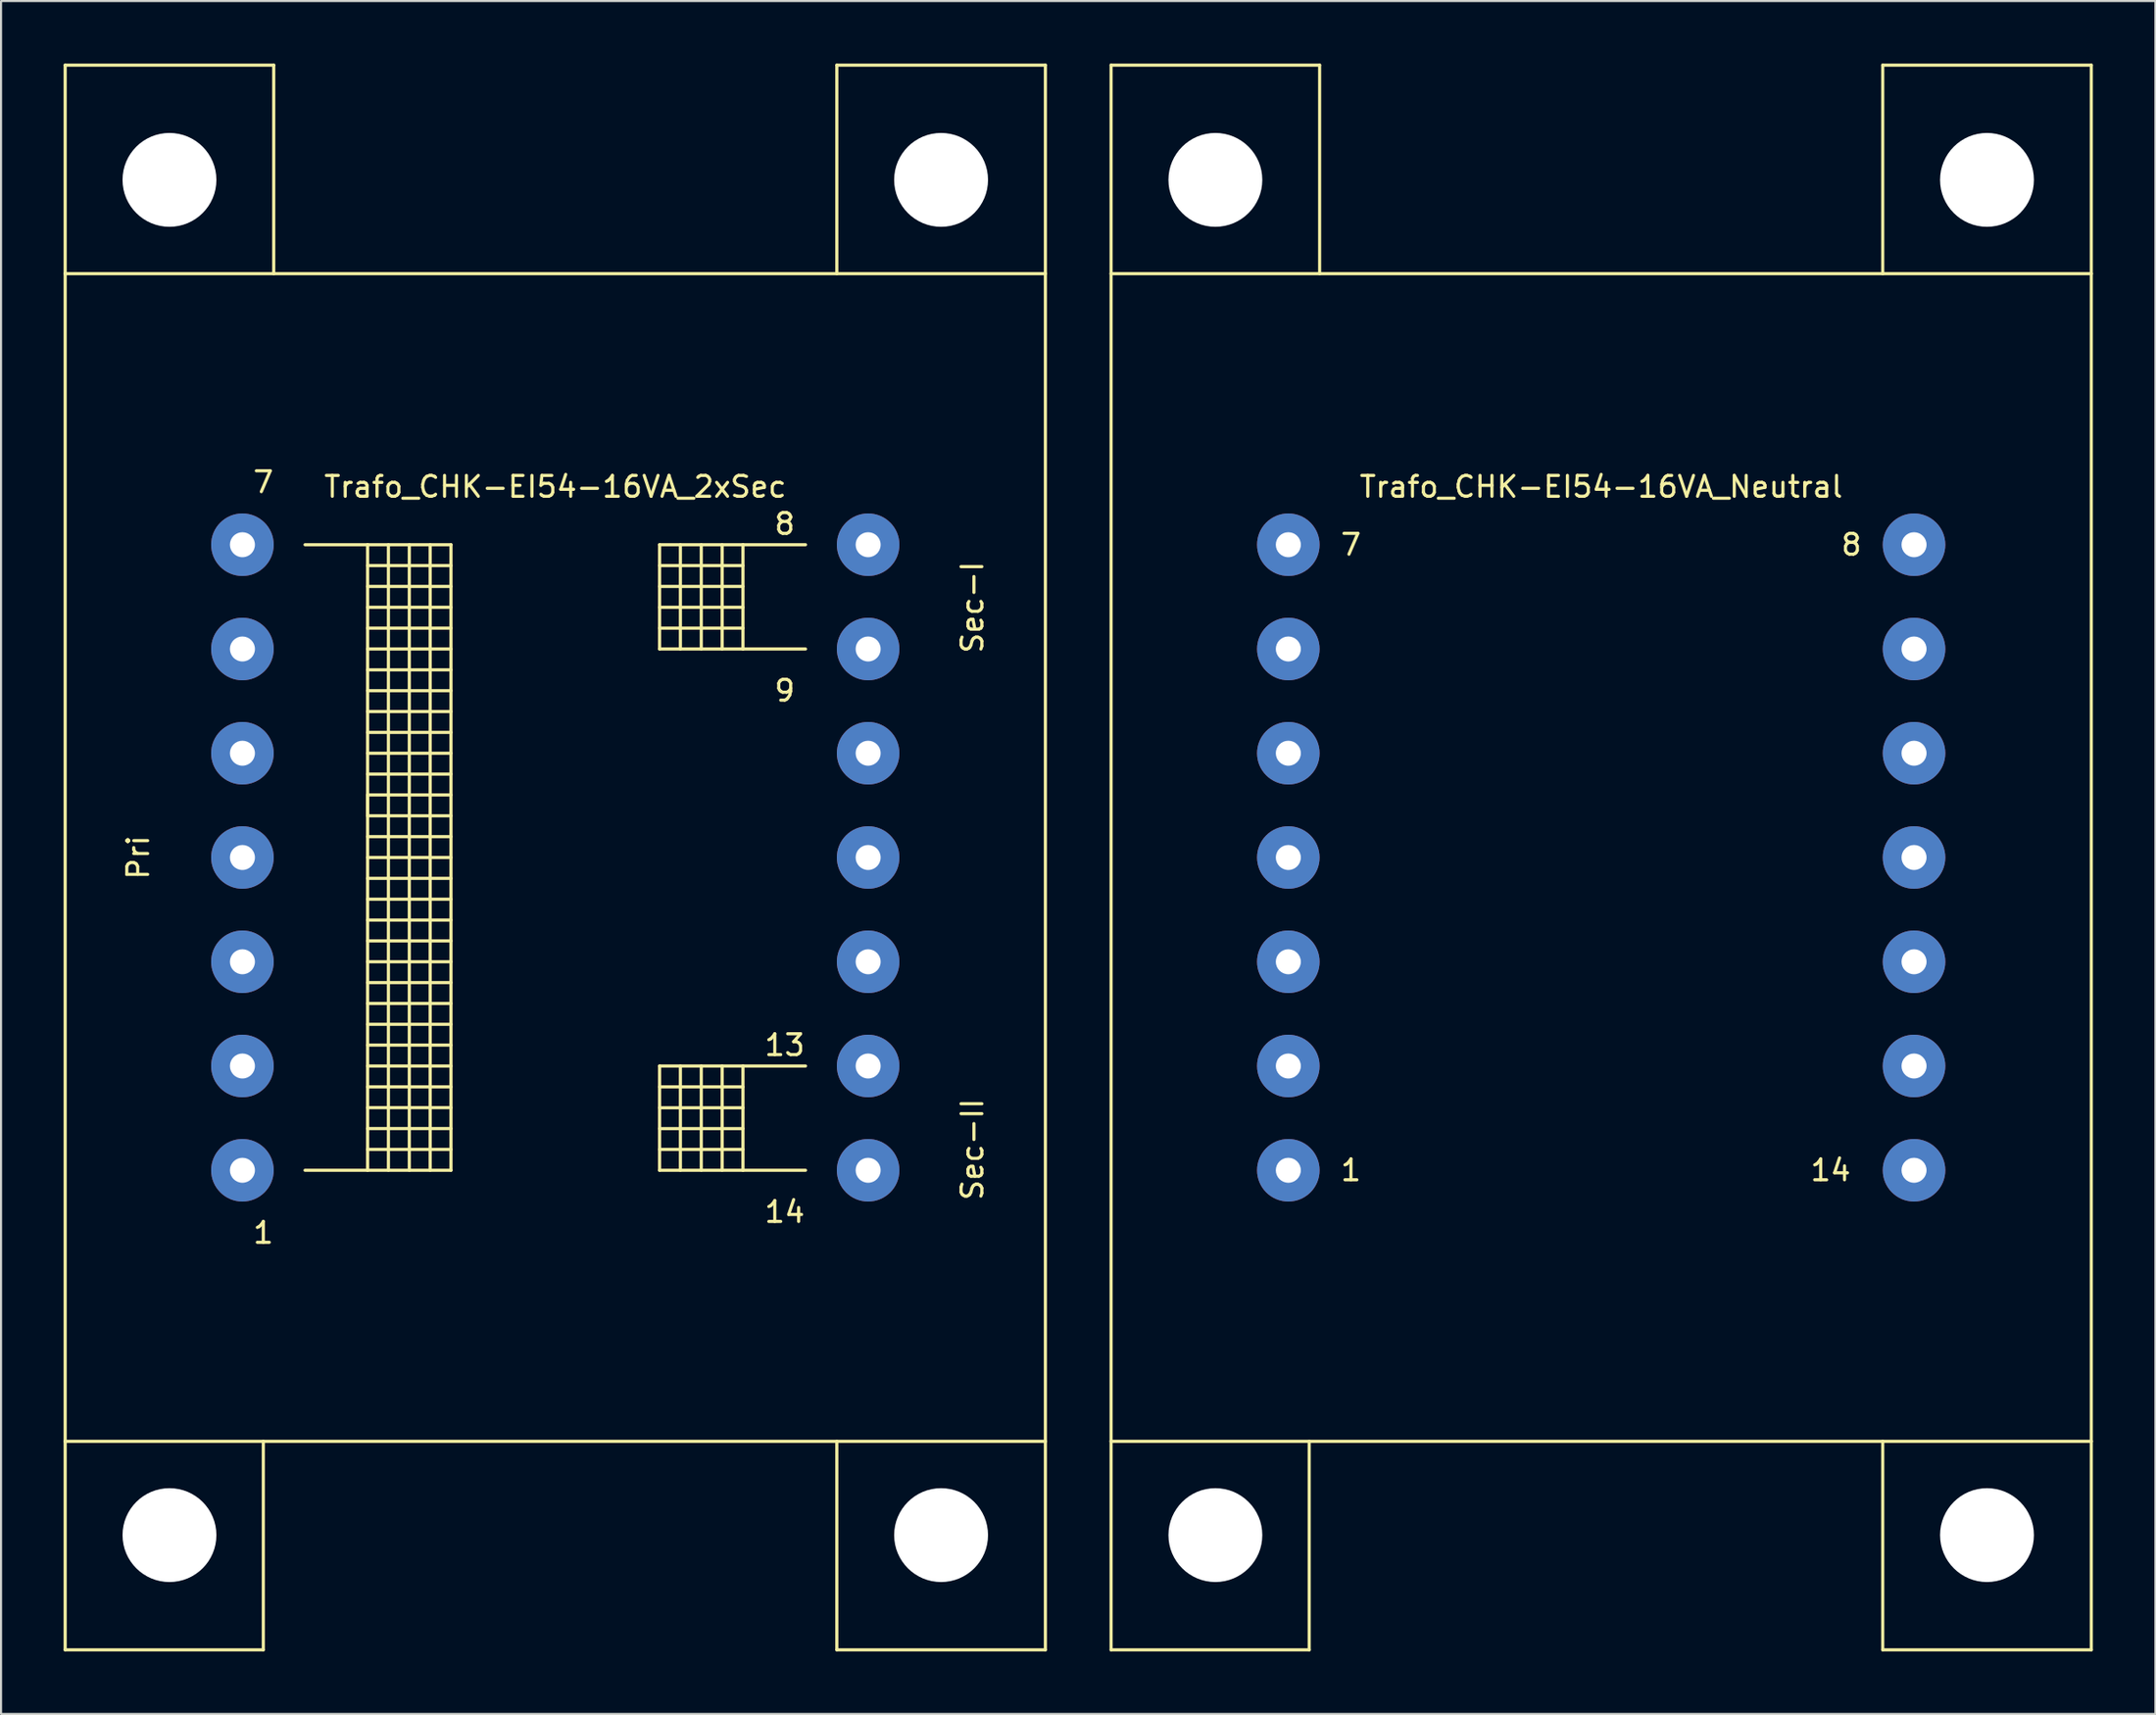
<source format=kicad_pcb>
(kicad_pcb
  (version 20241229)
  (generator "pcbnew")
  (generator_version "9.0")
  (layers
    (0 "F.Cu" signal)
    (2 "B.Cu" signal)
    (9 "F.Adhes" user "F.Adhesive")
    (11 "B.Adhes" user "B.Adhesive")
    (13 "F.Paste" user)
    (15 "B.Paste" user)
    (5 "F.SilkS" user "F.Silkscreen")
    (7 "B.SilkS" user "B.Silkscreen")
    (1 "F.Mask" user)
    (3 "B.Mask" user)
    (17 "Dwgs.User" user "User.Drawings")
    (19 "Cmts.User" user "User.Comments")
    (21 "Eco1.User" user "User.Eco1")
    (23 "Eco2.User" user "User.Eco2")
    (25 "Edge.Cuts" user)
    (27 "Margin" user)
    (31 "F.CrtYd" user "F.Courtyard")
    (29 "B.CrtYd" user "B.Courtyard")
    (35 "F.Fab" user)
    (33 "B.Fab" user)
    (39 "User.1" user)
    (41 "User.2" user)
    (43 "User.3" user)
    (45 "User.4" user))
  (footprint "Trafo_CHK-EI54-16VA_Neutral"
    (layer "F.Cu")
    (at 73.725 38.076)
    (property "Reference" "Trafo_CHK-EI54-16VA_Neutral" (at 0 -17.78 0) (layer "F.SilkS") (effects (font (size 1 1) (thickness 0.15))))
    (attr through_hole)
    (fp_line (start -23.5 -38.001) (end -13.5 -38.001) (stroke (width 0.15) (type solid)) (layer "F.SilkS"))
    (fp_line (start -23.5 -28.001) (end -23.5 -38.001) (stroke (width 0.15) (type solid)) (layer "F.SilkS"))
    (fp_line (start -23.5 -28.001) (end -23.5 28.001) (stroke (width 0.15) (type solid)) (layer "F.SilkS"))
    (fp_line (start -23.5 28.001) (end -23.5 38.001) (stroke (width 0.15) (type solid)) (layer "F.SilkS"))
    (fp_line (start -23.5 28.001) (end 23.5 28.001) (stroke (width 0.15) (type solid)) (layer "F.SilkS"))
    (fp_line (start -23.5 38.001) (end -14 38.001) (stroke (width 0.15) (type solid)) (layer "F.SilkS"))
    (fp_line (start -14 38.001) (end -14 28.001) (stroke (width 0.15) (type solid)) (layer "F.SilkS"))
    (fp_line (start -13.5 -38.001) (end -13.5 -28.001) (stroke (width 0.15) (type solid)) (layer "F.SilkS"))
    (fp_line (start 13.5 -38.001) (end 13.5 -28.001) (stroke (width 0.15) (type solid)) (layer "F.SilkS"))
    (fp_line (start 13.5 38.001) (end 13.5 28.001) (stroke (width 0.15) (type solid)) (layer "F.SilkS"))
    (fp_line (start 23.5 -38.001) (end 13.5 -38.001) (stroke (width 0.15) (type solid)) (layer "F.SilkS"))
    (fp_line (start 23.5 -28.001) (end -23.5 -28.001) (stroke (width 0.15) (type solid)) (layer "F.SilkS"))
    (fp_line (start 23.5 -28.001) (end 23.5 -38.001) (stroke (width 0.15) (type solid)) (layer "F.SilkS"))
    (fp_line (start 23.5 28.001) (end 23.5 -28.001) (stroke (width 0.15) (type solid)) (layer "F.SilkS"))
    (fp_line (start 23.5 28.001) (end 23.5 38.001) (stroke (width 0.15) (type solid)) (layer "F.SilkS"))
    (fp_line (start 23.5 38.001) (end 13.5 38.001) (stroke (width 0.15) (type solid)) (layer "F.SilkS"))
    (fp_text user "8" (at 11.999 -15.001 0) (layer "F.SilkS") (effects (font (size 1 1) (thickness 0.15))))
    (fp_text user "14" (at 11.001 15.001 0) (layer "F.SilkS") (effects (font (size 1 1) (thickness 0.15))))
    (fp_text user "7" (at -11.999 -15.001 0) (layer "F.SilkS") (effects (font (size 1 1) (thickness 0.15))))
    (fp_text user "1" (at -11.999 15.001 0) (layer "F.SilkS") (effects (font (size 1 1) (thickness 0.15))))
    (pad "" np_thru_hole circle (at -18.499 -32.499) (size 4.501 4.501) (drill 4.501) (layers "*.Cu" "*.Mask"))
    (pad "" np_thru_hole circle (at -18.499 32.499) (size 4.501 4.501) (drill 4.501) (layers "*.Cu" "*.Mask"))
    (pad "" np_thru_hole circle (at 18.499 -32.499) (size 4.501 4.501) (drill 4.501) (layers "*.Cu" "*.Mask"))
    (pad "" np_thru_hole circle (at 18.499 32.499) (size 4.501 4.501) (drill 4.501) (layers "*.Cu" "*.Mask"))
    (pad "1" thru_hole circle (at -15.001 15.001) (size 3 3) (drill 1.199) (layers "*.Cu" "*.Mask"))
    (pad "2" thru_hole circle (at -15.001 10) (size 3 3) (drill 1.199) (layers "*.Cu" "*.Mask"))
    (pad "3" thru_hole circle (at -15.001 5.001) (size 3 3) (drill 1.199) (layers "*.Cu" "*.Mask"))
    (pad "4" thru_hole circle (at -15.001 0) (size 3 3) (drill 1.199) (layers "*.Cu" "*.Mask"))
    (pad "5" thru_hole circle (at -15.001 -5.001) (size 3 3) (drill 1.199) (layers "*.Cu" "*.Mask"))
    (pad "6" thru_hole circle (at -15.001 -10) (size 3 3) (drill 1.199) (layers "*.Cu" "*.Mask"))
    (pad "7" thru_hole circle (at -15.001 -15.001) (size 3 3) (drill 1.199) (layers "*.Cu" "*.Mask"))
    (pad "8" thru_hole circle (at 15.001 -15.001) (size 3 3) (drill 1.199) (layers "*.Cu" "*.Mask"))
    (pad "9" thru_hole circle (at 15.001 -10) (size 3 3) (drill 1.199) (layers "*.Cu" "*.Mask"))
    (pad "10" thru_hole circle (at 15.001 -5.001) (size 3 3) (drill 1.199) (layers "*.Cu" "*.Mask"))
    (pad "11" thru_hole circle (at 15.001 0) (size 3 3) (drill 1.199) (layers "*.Cu" "*.Mask"))
    (pad "12" thru_hole circle (at 15.001 5.001) (size 3 3) (drill 1.199) (layers "*.Cu" "*.Mask"))
    (pad "13" thru_hole circle (at 15.001 10) (size 3 3) (drill 1.199) (layers "*.Cu" "*.Mask"))
    (pad "14" thru_hole circle (at 15.001 15.001) (size 3 3) (drill 1.199) (layers "*.Cu" "*.Mask")))
  (footprint "Trafo_CHK-EI54-16VA_2xSec"
    (layer "F.Cu")
    (at 23.575 38.076)
    (property "Reference" "Trafo_CHK-EI54-16VA_2xSec" (at 0 -17.78 0) (layer "F.SilkS") (effects (font (size 1 1) (thickness 0.15))))
    (attr through_hole)
    (fp_line (start -23.5 -38.001) (end -13.5 -38.001) (stroke (width 0.15) (type solid)) (layer "F.SilkS"))
    (fp_line (start -23.5 -28.001) (end -23.5 -38.001) (stroke (width 0.15) (type solid)) (layer "F.SilkS"))
    (fp_line (start -23.5 -28.001) (end -23.5 28.001) (stroke (width 0.15) (type solid)) (layer "F.SilkS"))
    (fp_line (start -23.5 28.001) (end -23.5 38.001) (stroke (width 0.15) (type solid)) (layer "F.SilkS"))
    (fp_line (start -23.5 28.001) (end 23.5 28.001) (stroke (width 0.15) (type solid)) (layer "F.SilkS"))
    (fp_line (start -23.5 38.001) (end -14 38.001) (stroke (width 0.15) (type solid)) (layer "F.SilkS"))
    (fp_line (start -14 38.001) (end -14 28.001) (stroke (width 0.15) (type solid)) (layer "F.SilkS"))
    (fp_line (start -13.5 -38.001) (end -13.5 -28.001) (stroke (width 0.15) (type solid)) (layer "F.SilkS"))
    (fp_line (start -11.999 -15.001) (end -8.999 -15.001) (stroke (width 0.15) (type solid)) (layer "F.SilkS"))
    (fp_line (start -8.999 -15.001) (end -8.999 15.001) (stroke (width 0.15) (type solid)) (layer "F.SilkS"))
    (fp_line (start -8.999 -15.001) (end -5.001 -15.001) (stroke (width 0.15) (type solid)) (layer "F.SilkS"))
    (fp_line (start -8.999 -14) (end -5.001 -14) (stroke (width 0.15) (type solid)) (layer "F.SilkS"))
    (fp_line (start -8.999 -11.999) (end -5.001 -11.999) (stroke (width 0.15) (type solid)) (layer "F.SilkS"))
    (fp_line (start -8.999 -10) (end -5.001 -10) (stroke (width 0.15) (type solid)) (layer "F.SilkS"))
    (fp_line (start -8.999 -8.001) (end -5.001 -8.001) (stroke (width 0.15) (type solid)) (layer "F.SilkS"))
    (fp_line (start -8.999 -5.999) (end -5.001 -5.999) (stroke (width 0.15) (type solid)) (layer "F.SilkS"))
    (fp_line (start -8.999 -4) (end -5.001 -4) (stroke (width 0.15) (type solid)) (layer "F.SilkS"))
    (fp_line (start -8.999 -3) (end -8.999 -1.999) (stroke (width 0.15) (type solid)) (layer "F.SilkS"))
    (fp_line (start -8.999 -1.999) (end -5.001 -1.999) (stroke (width 0.15) (type solid)) (layer "F.SilkS"))
    (fp_line (start -8.999 0) (end -5.001 0) (stroke (width 0.15) (type solid)) (layer "F.SilkS"))
    (fp_line (start -8.999 1.999) (end -5.001 1.999) (stroke (width 0.15) (type solid)) (layer "F.SilkS"))
    (fp_line (start -8.999 4) (end -5.001 4) (stroke (width 0.15) (type solid)) (layer "F.SilkS"))
    (fp_line (start -8.999 5.999) (end -5.001 5.999) (stroke (width 0.15) (type solid)) (layer "F.SilkS"))
    (fp_line (start -8.999 8.001) (end -5.001 8.001) (stroke (width 0.15) (type solid)) (layer "F.SilkS"))
    (fp_line (start -8.999 10) (end -5.001 10) (stroke (width 0.15) (type solid)) (layer "F.SilkS"))
    (fp_line (start -8.999 11.999) (end -5.001 11.999) (stroke (width 0.15) (type solid)) (layer "F.SilkS"))
    (fp_line (start -8.999 14) (end -5.001 14) (stroke (width 0.15) (type solid)) (layer "F.SilkS"))
    (fp_line (start -8.999 15.001) (end -11.999 15.001) (stroke (width 0.15) (type solid)) (layer "F.SilkS"))
    (fp_line (start -8.001 15.001) (end -8.001 -15.001) (stroke (width 0.15) (type solid)) (layer "F.SilkS"))
    (fp_line (start -7 -15.001) (end -7 15.001) (stroke (width 0.15) (type solid)) (layer "F.SilkS"))
    (fp_line (start -5.999 15.001) (end -5.999 -15.001) (stroke (width 0.15) (type solid)) (layer "F.SilkS"))
    (fp_line (start -5.001 -15.001) (end -5.001 15.001) (stroke (width 0.15) (type solid)) (layer "F.SilkS"))
    (fp_line (start -5.001 -13) (end -8.999 -13) (stroke (width 0.15) (type solid)) (layer "F.SilkS"))
    (fp_line (start -5.001 -11.001) (end -8.999 -11.001) (stroke (width 0.15) (type solid)) (layer "F.SilkS"))
    (fp_line (start -5.001 -8.999) (end -8.999 -8.999) (stroke (width 0.15) (type solid)) (layer "F.SilkS"))
    (fp_line (start -5.001 -7) (end -8.999 -7) (stroke (width 0.15) (type solid)) (layer "F.SilkS"))
    (fp_line (start -5.001 -5.001) (end -8.999 -5.001) (stroke (width 0.15) (type solid)) (layer "F.SilkS"))
    (fp_line (start -5.001 -3) (end -8.999 -3) (stroke (width 0.15) (type solid)) (layer "F.SilkS"))
    (fp_line (start -5.001 -1.001) (end -8.999 -1.001) (stroke (width 0.15) (type solid)) (layer "F.SilkS"))
    (fp_line (start -5.001 1.001) (end -8.999 1.001) (stroke (width 0.15) (type solid)) (layer "F.SilkS"))
    (fp_line (start -5.001 3) (end -8.999 3) (stroke (width 0.15) (type solid)) (layer "F.SilkS"))
    (fp_line (start -5.001 5.001) (end -8.999 5.001) (stroke (width 0.15) (type solid)) (layer "F.SilkS"))
    (fp_line (start -5.001 7) (end -8.999 7) (stroke (width 0.15) (type solid)) (layer "F.SilkS"))
    (fp_line (start -5.001 8.999) (end -8.999 8.999) (stroke (width 0.15) (type solid)) (layer "F.SilkS"))
    (fp_line (start -5.001 11.001) (end -8.999 11.001) (stroke (width 0.15) (type solid)) (layer "F.SilkS"))
    (fp_line (start -5.001 13) (end -8.999 13) (stroke (width 0.15) (type solid)) (layer "F.SilkS"))
    (fp_line (start -5.001 15.001) (end -8.999 15.001) (stroke (width 0.15) (type solid)) (layer "F.SilkS"))
    (fp_line (start 5.001 -15.001) (end 5.001 -10) (stroke (width 0.15) (type solid)) (layer "F.SilkS"))
    (fp_line (start 5.001 -14) (end 8.999 -14) (stroke (width 0.15) (type solid)) (layer "F.SilkS"))
    (fp_line (start 5.001 -11.999) (end 8.999 -11.999) (stroke (width 0.15) (type solid)) (layer "F.SilkS"))
    (fp_line (start 5.001 -10) (end 8.999 -10) (stroke (width 0.15) (type solid)) (layer "F.SilkS"))
    (fp_line (start 5.001 10) (end 5.001 15.001) (stroke (width 0.15) (type solid)) (layer "F.SilkS"))
    (fp_line (start 5.001 11.001) (end 8.999 11.001) (stroke (width 0.15) (type solid)) (layer "F.SilkS"))
    (fp_line (start 5.001 13.002) (end 8.999 13.002) (stroke (width 0.15) (type solid)) (layer "F.SilkS"))
    (fp_line (start 5.001 15.001) (end 8.999 15.001) (stroke (width 0.15) (type solid)) (layer "F.SilkS"))
    (fp_line (start 5.999 -10) (end 5.999 -15.001) (stroke (width 0.15) (type solid)) (layer "F.SilkS"))
    (fp_line (start 5.999 15.001) (end 5.999 10) (stroke (width 0.15) (type solid)) (layer "F.SilkS"))
    (fp_line (start 7 -15.001) (end 7 -10) (stroke (width 0.15) (type solid)) (layer "F.SilkS"))
    (fp_line (start 7 10) (end 7 15.001) (stroke (width 0.15) (type solid)) (layer "F.SilkS"))
    (fp_line (start 8.001 -10) (end 8.001 -15.001) (stroke (width 0.15) (type solid)) (layer "F.SilkS"))
    (fp_line (start 8.001 15.001) (end 8.001 10) (stroke (width 0.15) (type solid)) (layer "F.SilkS"))
    (fp_line (start 8.999 -15.001) (end 5.001 -15.001) (stroke (width 0.15) (type solid)) (layer "F.SilkS"))
    (fp_line (start 8.999 -15.001) (end 8.999 -10) (stroke (width 0.15) (type solid)) (layer "F.SilkS"))
    (fp_line (start 8.999 -13) (end 5.001 -13) (stroke (width 0.15) (type solid)) (layer "F.SilkS"))
    (fp_line (start 8.999 -11.001) (end 5.001 -11.001) (stroke (width 0.15) (type solid)) (layer "F.SilkS"))
    (fp_line (start 8.999 -10) (end 11.999 -10) (stroke (width 0.15) (type solid)) (layer "F.SilkS"))
    (fp_line (start 8.999 10) (end 5.001 10) (stroke (width 0.15) (type solid)) (layer "F.SilkS"))
    (fp_line (start 8.999 10) (end 8.999 15.001) (stroke (width 0.15) (type solid)) (layer "F.SilkS"))
    (fp_line (start 8.999 12.002) (end 5.001 12.002) (stroke (width 0.15) (type solid)) (layer "F.SilkS"))
    (fp_line (start 8.999 14) (end 5.001 14) (stroke (width 0.15) (type solid)) (layer "F.SilkS"))
    (fp_line (start 8.999 15.001) (end 11.999 15.001) (stroke (width 0.15) (type solid)) (layer "F.SilkS"))
    (fp_line (start 11.999 -15.001) (end 8.999 -15.001) (stroke (width 0.15) (type solid)) (layer "F.SilkS"))
    (fp_line (start 11.999 10) (end 8.999 10) (stroke (width 0.15) (type solid)) (layer "F.SilkS"))
    (fp_line (start 13.5 -38.001) (end 13.5 -28.001) (stroke (width 0.15) (type solid)) (layer "F.SilkS"))
    (fp_line (start 13.5 38.001) (end 13.5 28.001) (stroke (width 0.15) (type solid)) (layer "F.SilkS"))
    (fp_line (start 23.5 -38.001) (end 13.5 -38.001) (stroke (width 0.15) (type solid)) (layer "F.SilkS"))
    (fp_line (start 23.5 -28.001) (end -23.5 -28.001) (stroke (width 0.15) (type solid)) (layer "F.SilkS"))
    (fp_line (start 23.5 -28.001) (end 23.5 -38.001) (stroke (width 0.15) (type solid)) (layer "F.SilkS"))
    (fp_line (start 23.5 28.001) (end 23.5 -28.001) (stroke (width 0.15) (type solid)) (layer "F.SilkS"))
    (fp_line (start 23.5 28.001) (end 23.5 38.001) (stroke (width 0.15) (type solid)) (layer "F.SilkS"))
    (fp_line (start 23.5 38.001) (end 13.5 38.001) (stroke (width 0.15) (type solid)) (layer "F.SilkS"))
    (fp_text user "Sec-II" (at 20 14 90) (layer "F.SilkS") (effects (font (size 1 1) (thickness 0.15))))
    (fp_text user "8" (at 11.001 -15.999 0) (layer "F.SilkS") (effects (font (size 1 1) (thickness 0.15))))
    (fp_text user "Sec-I" (at 20 -11.999 90) (layer "F.SilkS") (effects (font (size 1 1) (thickness 0.15))))
    (fp_text user "14" (at 11.001 17 0) (layer "F.SilkS") (effects (font (size 1 1) (thickness 0.15))))
    (fp_text user "13" (at 11.001 8.999 0) (layer "F.SilkS") (effects (font (size 1 1) (thickness 0.15))))
    (fp_text user "9" (at 11.001 -8.001 0) (layer "F.SilkS") (effects (font (size 1 1) (thickness 0.15))))
    (fp_text user "1" (at -14 18.001 0) (layer "F.SilkS") (effects (font (size 1 1) (thickness 0.15))))
    (fp_text user "7" (at -14 -18.001 0) (layer "F.SilkS") (effects (font (size 1 1) (thickness 0.15))))
    (fp_text user "Pri" (at -20 0 90) (layer "F.SilkS") (effects (font (size 1 1) (thickness 0.15))))
    (pad "" np_thru_hole circle (at -18.499 -32.499) (size 4.501 4.501) (drill 4.501) (layers "*.Cu" "*.Mask"))
    (pad "" np_thru_hole circle (at -18.499 32.499) (size 4.501 4.501) (drill 4.501) (layers "*.Cu" "*.Mask"))
    (pad "" np_thru_hole circle (at 18.499 -32.499) (size 4.501 4.501) (drill 4.501) (layers "*.Cu" "*.Mask"))
    (pad "" np_thru_hole circle (at 18.499 32.499) (size 4.501 4.501) (drill 4.501) (layers "*.Cu" "*.Mask"))
    (pad "1" thru_hole circle (at -15.001 15.001) (size 3 3) (drill 1.199) (layers "*.Cu" "*.Mask"))
    (pad "2" thru_hole circle (at -15.001 10) (size 3 3) (drill 1.199) (layers "*.Cu" "*.Mask"))
    (pad "3" thru_hole circle (at -15.001 5.001) (size 3 3) (drill 1.199) (layers "*.Cu" "*.Mask"))
    (pad "4" thru_hole circle (at -15.001 0) (size 3 3) (drill 1.199) (layers "*.Cu" "*.Mask"))
    (pad "5" thru_hole circle (at -15.001 -5.001) (size 3 3) (drill 1.199) (layers "*.Cu" "*.Mask"))
    (pad "6" thru_hole circle (at -15.001 -10) (size 3 3) (drill 1.199) (layers "*.Cu" "*.Mask"))
    (pad "7" thru_hole circle (at -15.001 -15.001) (size 3 3) (drill 1.199) (layers "*.Cu" "*.Mask"))
    (pad "8" thru_hole circle (at 15.001 -15.001) (size 3 3) (drill 1.199) (layers "*.Cu" "*.Mask"))
    (pad "9" thru_hole circle (at 15.001 -10) (size 3 3) (drill 1.199) (layers "*.Cu" "*.Mask"))
    (pad "10" thru_hole circle (at 15.001 -5.001) (size 3 3) (drill 1.199) (layers "*.Cu" "*.Mask"))
    (pad "11" thru_hole circle (at 15.001 0) (size 3 3) (drill 1.199) (layers "*.Cu" "*.Mask"))
    (pad "12" thru_hole circle (at 15.001 5.001) (size 3 3) (drill 1.199) (layers "*.Cu" "*.Mask"))
    (pad "13" thru_hole circle (at 15.001 10) (size 3 3) (drill 1.199) (layers "*.Cu" "*.Mask"))
    (pad "14" thru_hole circle (at 15.001 15.001) (size 3 3) (drill 1.199) (layers "*.Cu" "*.Mask")))
  (gr_rect
    (start -3 -3)
    (end 100.3 79.152)
    (stroke (width 0.1) (type default))
    (fill no)
    (layer "Edge.Cuts")))
</source>
